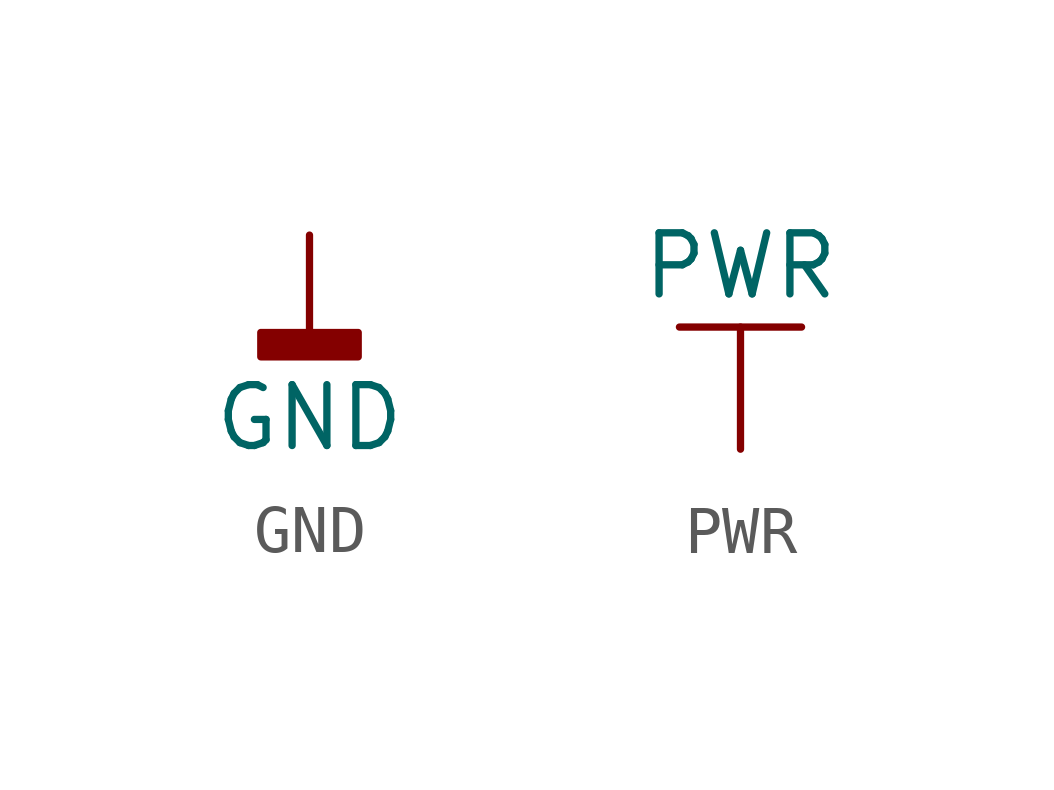
<source format=kicad_sym>
(kicad_symbol_lib
  (version 20231120)
  (generator "kicad_symbol_editor")
  (generator_version "8.99")
  (symbol "GND"
    (power)
    (pin_names
      (offset 0))
    (property "Reference" "#PWR"
      (at 0 -6.35 0)
      (effects (font (size 1.27 1.27)) (hide yes)))
    (property "Value" "GND"
      (at 0 -3.81 0)
      (effects (font (size 1.27 1.27))))
    (symbol "GND_0_1"
      (polyline (pts (xy 0 0) (xy 0 -2.032)) (stroke (width 0.152) (type default)) (fill (type none))))
    (symbol "GND_1_1"
      (rectangle (start -1.016 -2.032) (end 1.016 -2.54) (stroke (width 0) (type default)) (fill (type outline)))
      (pin power_in line (at 0 0 270) (length 0) hide (name "GND" (effects (font (size 1.27 1.27)))) (number "1" (effects (font (size 1.27 1.27)))))))
  (symbol "PWR"
    (power)
    (pin_names
      (offset 0))
    (property "Reference" "#PWR"
      (at 0 -3.81 0)
      (effects (font (size 1.27 1.27)) (hide yes)))
    (property "Value" "PWR"
      (at 0 3.81 0)
      (effects (font (size 1.27 1.27))))
    (symbol "PWR_0_1"
      (polyline (pts (xy -1.27 2.54) (xy 1.27 2.54)) (stroke (width 0.152) (type default)) (fill (type none)))
      (polyline (pts (xy 0 0) (xy 0 2.54)) (stroke (width 0.152) (type default)) (fill (type none))))
    (symbol "PWR_1_1"
      (pin power_in line (at 0 0 90) (length 0) hide (name "PWR" (effects (font (size 1.27 1.27)))) (number "1" (effects (font (size 1.27 1.27))))))))
</source>
